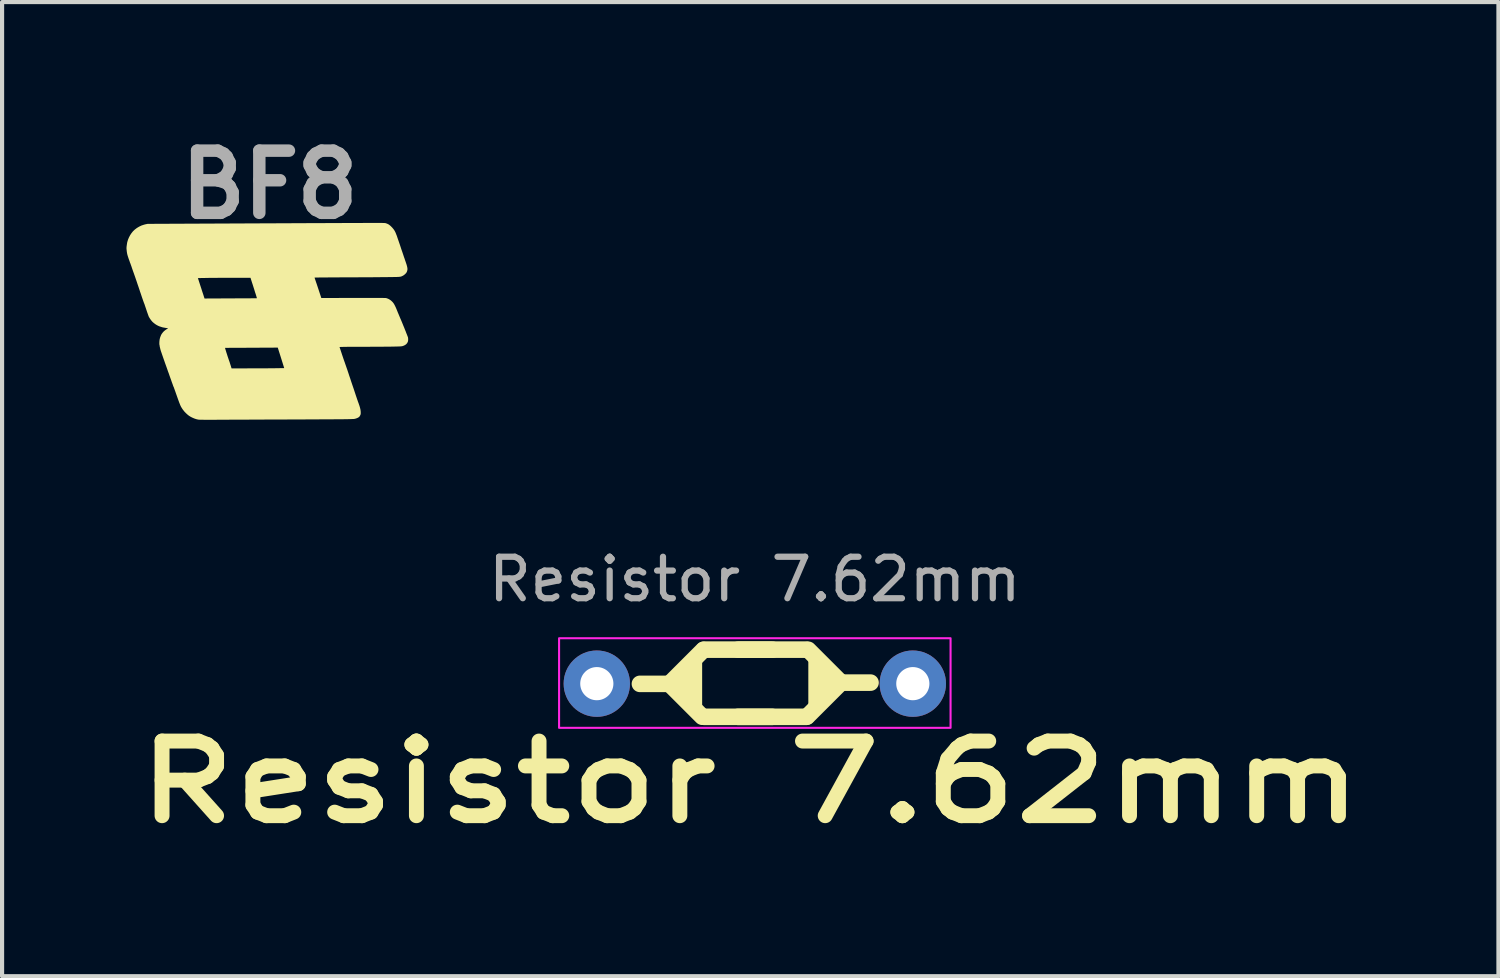
<source format=kicad_pcb>
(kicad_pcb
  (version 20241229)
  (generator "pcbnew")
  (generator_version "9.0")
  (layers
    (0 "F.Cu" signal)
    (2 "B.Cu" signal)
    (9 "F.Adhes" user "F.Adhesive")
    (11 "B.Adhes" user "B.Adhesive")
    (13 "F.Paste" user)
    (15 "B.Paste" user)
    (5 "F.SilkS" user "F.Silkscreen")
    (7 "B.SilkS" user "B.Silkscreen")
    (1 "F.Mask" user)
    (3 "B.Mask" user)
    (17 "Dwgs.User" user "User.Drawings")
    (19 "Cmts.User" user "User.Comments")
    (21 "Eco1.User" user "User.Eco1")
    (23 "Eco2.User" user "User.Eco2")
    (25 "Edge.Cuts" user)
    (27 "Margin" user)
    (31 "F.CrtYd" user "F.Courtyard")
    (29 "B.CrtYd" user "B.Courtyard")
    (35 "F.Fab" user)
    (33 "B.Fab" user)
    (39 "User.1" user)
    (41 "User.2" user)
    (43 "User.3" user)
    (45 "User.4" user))
  (footprint "BF8"
    (layer "F.Cu")
    (at 3.463 4.764)
    (property "Reference" "BF8" (at -0.01 -3.36 0) (layer "F.Fab") (effects (font (size 1.5 1.5) (thickness 0.3))))
    (attr board_only exclude_from_pos_files exclude_from_bom)
    (fp_poly (pts (xy 2.622 -2.439) (xy 2.633 -2.438) (xy 2.67 -2.438) (xy 2.701 -2.438) (xy 2.725 -2.437) (xy 2.744 -2.437) (xy 2.759 -2.436) (xy 2.77 -2.435) (xy 2.78 -2.434) (xy 2.787 -2.432) (xy 2.794 -2.43) (xy 2.802 -2.427) (xy 2.804 -2.427) (xy 2.833 -2.415) (xy 2.857 -2.403) (xy 2.879 -2.387) (xy 2.902 -2.368) (xy 2.91 -2.361) (xy 2.947 -2.323) (xy 2.977 -2.287) (xy 3.002 -2.25) (xy 3.022 -2.211) (xy 3.03 -2.192) (xy 3.036 -2.177) (xy 3.041 -2.163) (xy 3.045 -2.154) (xy 3.049 -2.145) (xy 3.051 -2.139) (xy 3.051 -2.139) (xy 3.053 -2.134) (xy 3.054 -2.131) (xy 3.056 -2.126) (xy 3.06 -2.115) (xy 3.066 -2.096) (xy 3.074 -2.072) (xy 3.084 -2.043) (xy 3.096 -2.009) (xy 3.109 -1.971) (xy 3.123 -1.93) (xy 3.138 -1.886) (xy 3.152 -1.843) (xy 3.168 -1.794) (xy 3.185 -1.746) (xy 3.201 -1.699) (xy 3.216 -1.654) (xy 3.23 -1.611) (xy 3.244 -1.573) (xy 3.255 -1.538) (xy 3.265 -1.51) (xy 3.273 -1.487) (xy 3.276 -1.477) (xy 3.29 -1.436) (xy 3.3 -1.4) (xy 3.307 -1.37) (xy 3.311 -1.344) (xy 3.312 -1.321) (xy 3.309 -1.299) (xy 3.304 -1.279) (xy 3.296 -1.257) (xy 3.293 -1.251) (xy 3.281 -1.232) (xy 3.263 -1.212) (xy 3.242 -1.193) (xy 3.218 -1.175) (xy 3.199 -1.164) (xy 3.188 -1.159) (xy 3.179 -1.155) (xy 3.171 -1.151) (xy 3.162 -1.147) (xy 3.152 -1.145) (xy 3.141 -1.142) (xy 3.129 -1.14) (xy 3.113 -1.139) (xy 3.095 -1.137) (xy 3.072 -1.136) (xy 3.046 -1.135) (xy 3.014 -1.135) (xy 2.977 -1.134) (xy 2.934 -1.133) (xy 2.884 -1.133) (xy 2.826 -1.132) (xy 2.811 -1.132) (xy 2.773 -1.132) (xy 2.727 -1.131) (xy 2.674 -1.131) (xy 2.615 -1.13) (xy 2.551 -1.13) (xy 2.482 -1.129) (xy 2.409 -1.129) (xy 2.332 -1.128) (xy 2.253 -1.128) (xy 2.172 -1.128) (xy 2.09 -1.127) (xy 2.007 -1.127) (xy 1.924 -1.127) (xy 1.841 -1.126) (xy 1.785 -1.126) (xy 1.689 -1.126) (xy 1.602 -1.125) (xy 1.521 -1.125) (xy 1.449 -1.125) (xy 1.383 -1.124) (xy 1.325 -1.124) (xy 1.273 -1.123) (xy 1.228 -1.123) (xy 1.189 -1.123) (xy 1.155 -1.122) (xy 1.128 -1.122) (xy 1.107 -1.121) (xy 1.09 -1.121) (xy 1.079 -1.12) (xy 1.073 -1.12) (xy 1.071 -1.119) (xy 1.073 -1.114) (xy 1.077 -1.103) (xy 1.083 -1.085) (xy 1.091 -1.061) (xy 1.101 -1.032) (xy 1.112 -0.999) (xy 1.125 -0.962) (xy 1.138 -0.922) (xy 1.152 -0.88) (xy 1.155 -0.871) (xy 1.235 -0.628) (xy 2.009 -0.63) (xy 2.102 -0.63) (xy 2.187 -0.63) (xy 2.265 -0.63) (xy 2.336 -0.63) (xy 2.4 -0.63) (xy 2.458 -0.63) (xy 2.51 -0.63) (xy 2.556 -0.63) (xy 2.597 -0.63) (xy 2.633 -0.63) (xy 2.664 -0.63) (xy 2.691 -0.63) (xy 2.715 -0.63) (xy 2.734 -0.629) (xy 2.751 -0.629) (xy 2.764 -0.629) (xy 2.775 -0.628) (xy 2.784 -0.628) (xy 2.791 -0.627) (xy 2.797 -0.626) (xy 2.801 -0.625) (xy 2.805 -0.625) (xy 2.808 -0.624) (xy 2.809 -0.623) (xy 2.846 -0.61) (xy 2.881 -0.591) (xy 2.915 -0.567) (xy 2.942 -0.542) (xy 2.96 -0.523) (xy 2.979 -0.498) (xy 2.997 -0.468) (xy 3.016 -0.431) (xy 3.036 -0.388) (xy 3.057 -0.337) (xy 3.06 -0.329) (xy 3.07 -0.305) (xy 3.079 -0.281) (xy 3.088 -0.261) (xy 3.095 -0.245) (xy 3.099 -0.235) (xy 3.104 -0.222) (xy 3.112 -0.204) (xy 3.12 -0.184) (xy 3.126 -0.17) (xy 3.133 -0.153) (xy 3.139 -0.138) (xy 3.144 -0.127) (xy 3.147 -0.123) (xy 3.149 -0.118) (xy 3.149 -0.118) (xy 3.148 -0.115) (xy 3.152 -0.109) (xy 3.155 -0.103) (xy 3.16 -0.09) (xy 3.168 -0.071) (xy 3.178 -0.048) (xy 3.189 -0.02) (xy 3.202 0.011) (xy 3.215 0.044) (xy 3.23 0.079) (xy 3.244 0.115) (xy 3.258 0.15) (xy 3.272 0.184) (xy 3.284 0.217) (xy 3.296 0.246) (xy 3.306 0.272) (xy 3.314 0.294) (xy 3.321 0.31) (xy 3.324 0.32) (xy 3.325 0.322) (xy 3.328 0.347) (xy 3.329 0.374) (xy 3.327 0.401) (xy 3.322 0.424) (xy 3.319 0.432) (xy 3.303 0.461) (xy 3.28 0.487) (xy 3.25 0.508) (xy 3.215 0.524) (xy 3.185 0.534) (xy 3.175 0.535) (xy 3.159 0.537) (xy 3.138 0.539) (xy 3.111 0.54) (xy 3.078 0.541) (xy 3.038 0.542) (xy 2.992 0.543) (xy 2.94 0.544) (xy 2.881 0.545) (xy 2.814 0.546) (xy 2.741 0.546) (xy 2.66 0.547) (xy 2.572 0.547) (xy 2.477 0.547) (xy 2.373 0.548) (xy 2.289 0.548) (xy 2.228 0.548) (xy 2.167 0.548) (xy 2.108 0.548) (xy 2.052 0.548) (xy 1.998 0.548) (xy 1.948 0.549) (xy 1.901 0.549) (xy 1.86 0.549) (xy 1.825 0.55) (xy 1.795 0.55) (xy 1.773 0.55) (xy 1.759 0.551) (xy 1.674 0.553) (xy 1.726 0.71) (xy 1.737 0.744) (xy 1.748 0.776) (xy 1.758 0.805) (xy 1.766 0.83) (xy 1.773 0.85) (xy 1.778 0.864) (xy 1.78 0.872) (xy 1.781 0.873) (xy 1.784 0.88) (xy 1.784 0.882) (xy 1.786 0.887) (xy 1.788 0.892) (xy 1.788 0.893) (xy 1.79 0.9) (xy 1.79 0.9) (xy 1.791 0.906) (xy 1.793 0.909) (xy 1.795 0.909) (xy 1.797 0.912) (xy 1.797 0.915) (xy 1.797 0.921) (xy 1.799 0.921) (xy 1.802 0.924) (xy 1.801 0.927) (xy 1.801 0.933) (xy 1.802 0.934) (xy 1.804 0.938) (xy 1.808 0.949) (xy 1.814 0.967) (xy 1.822 0.99) (xy 1.832 1.018) (xy 1.843 1.051) (xy 1.856 1.087) (xy 1.869 1.126) (xy 1.883 1.168) (xy 1.885 1.173) (xy 1.908 1.245) (xy 1.932 1.314) (xy 1.954 1.382) (xy 1.976 1.447) (xy 1.997 1.509) (xy 2.017 1.567) (xy 2.035 1.622) (xy 2.052 1.673) (xy 2.067 1.719) (xy 2.081 1.76) (xy 2.093 1.796) (xy 2.103 1.826) (xy 2.112 1.85) (xy 2.117 1.867) (xy 2.121 1.877) (xy 2.122 1.88) (xy 2.125 1.886) (xy 2.125 1.888) (xy 2.127 1.893) (xy 2.128 1.896) (xy 2.131 1.903) (xy 2.135 1.915) (xy 2.137 1.92) (xy 2.141 1.933) (xy 2.147 1.95) (xy 2.153 1.968) (xy 2.154 1.969) (xy 2.167 2.014) (xy 2.178 2.059) (xy 2.184 2.103) (xy 2.185 2.132) (xy 2.185 2.152) (xy 2.184 2.166) (xy 2.182 2.177) (xy 2.179 2.187) (xy 2.174 2.198) (xy 2.166 2.212) (xy 2.158 2.226) (xy 2.153 2.232) (xy 2.138 2.246) (xy 2.116 2.259) (xy 2.089 2.271) (xy 2.064 2.279) (xy 2.055 2.282) (xy 2.047 2.284) (xy 2.038 2.286) (xy 2.029 2.287) (xy 2.017 2.289) (xy 2.003 2.29) (xy 1.985 2.29) (xy 1.962 2.291) (xy 1.934 2.292) (xy 1.9 2.293) (xy 1.859 2.294) (xy 1.853 2.294) (xy 1.835 2.294) (xy 1.809 2.294) (xy 1.776 2.295) (xy 1.735 2.295) (xy 1.688 2.295) (xy 1.635 2.296) (xy 1.576 2.296) (xy 1.511 2.297) (xy 1.441 2.297) (xy 1.366 2.297) (xy 1.287 2.298) (xy 1.203 2.298) (xy 1.116 2.299) (xy 1.026 2.299) (xy 0.932 2.299) (xy 0.836 2.3) (xy 0.737 2.3) (xy 0.636 2.301) (xy 0.534 2.301) (xy 0.431 2.301) (xy 0.394 2.302) (xy 0.287 2.302) (xy 0.18 2.302) (xy 0.073 2.303) (xy -0.033 2.303) (xy -0.138 2.303) (xy -0.242 2.304) (xy -0.344 2.304) (xy -0.443 2.304) (xy -0.54 2.305) (xy -0.634 2.305) (xy -0.724 2.305) (xy -0.809 2.306) (xy -0.89 2.306) (xy -0.967 2.306) (xy -1.037 2.307) (xy -1.102 2.307) (xy -1.16 2.307) (xy -1.212 2.307) (xy -1.256 2.307) (xy -1.291 2.308) (xy -1.35 2.308) (xy -1.407 2.308) (xy -1.461 2.308) (xy -1.512 2.308) (xy -1.558 2.308) (xy -1.6 2.308) (xy -1.636 2.307) (xy -1.667 2.307) (xy -1.691 2.307) (xy -1.709 2.306) (xy -1.718 2.306) (xy -1.72 2.306) (xy -1.766 2.297) (xy -1.815 2.282) (xy -1.864 2.262) (xy -1.911 2.239) (xy -1.955 2.212) (xy -1.985 2.189) (xy -2.027 2.151) (xy -2.065 2.112) (xy -2.1 2.068) (xy -2.113 2.05) (xy -2.126 2.03) (xy -2.137 2.012) (xy -2.148 1.994) (xy -2.157 1.975) (xy -2.167 1.954) (xy -2.177 1.928) (xy -2.189 1.899) (xy -2.202 1.863) (xy -2.211 1.839) (xy -2.223 1.805) (xy -2.237 1.766) (xy -2.251 1.726) (xy -2.265 1.687) (xy -2.277 1.652) (xy -2.28 1.644) (xy -2.289 1.618) (xy -2.298 1.594) (xy -2.305 1.573) (xy -2.311 1.557) (xy -2.315 1.547) (xy -2.316 1.544) (xy -2.317 1.538) (xy -2.317 1.537) (xy -2.318 1.534) (xy -2.322 1.526) (xy -2.326 1.518) (xy -2.328 1.514) (xy -2.33 1.509) (xy -2.331 1.506) (xy -2.332 1.505) (xy -2.333 1.502) (xy -2.334 1.498) (xy -2.337 1.492) (xy -2.34 1.484) (xy -2.343 1.473) (xy -2.348 1.46) (xy -2.354 1.443) (xy -2.362 1.422) (xy -2.371 1.397) (xy -2.381 1.368) (xy -2.393 1.334) (xy -2.407 1.295) (xy -2.423 1.251) (xy -2.44 1.2) (xy -2.461 1.144) (xy -2.483 1.08) (xy -2.508 1.01) (xy -2.534 0.938) (xy -2.55 0.891) (xy -2.566 0.846) (xy -2.581 0.803) (xy -2.595 0.762) (xy -2.608 0.725) (xy -2.619 0.692) (xy -2.629 0.664) (xy -2.636 0.642) (xy -2.641 0.626) (xy -2.643 0.619) (xy -2.65 0.591) (xy -2.654 0.574) (xy -1.087 0.574) (xy -1.086 0.579) (xy -1.083 0.589) (xy -1.079 0.606) (xy -1.072 0.627) (xy -1.064 0.652) (xy -1.056 0.68) (xy -1.046 0.71) (xy -1.036 0.741) (xy -1.027 0.771) (xy -1.017 0.8) (xy -1.008 0.827) (xy -1 0.851) (xy -0.993 0.871) (xy -0.988 0.886) (xy -0.984 0.895) (xy -0.982 0.903) (xy -0.977 0.916) (xy -0.971 0.935) (xy -0.964 0.958) (xy -0.956 0.983) (xy -0.954 0.988) (xy -0.929 1.07) (xy -0.433 1.068) (xy -0.367 1.068) (xy -0.301 1.068) (xy -0.236 1.068) (xy -0.173 1.067) (xy -0.112 1.067) (xy -0.054 1.067) (xy 0.000208 1.066) (xy 0.05 1.066) (xy 0.095 1.066) (xy 0.134 1.065) (xy 0.167 1.065) (xy 0.193 1.065) (xy 0.202 1.064) (xy 0.34 1.062) (xy 0.263 0.815) (xy 0.185 0.568) (xy -0.45 0.571) (xy -0.522 0.571) (xy -0.591 0.572) (xy -0.657 0.572) (xy -0.72 0.572) (xy -0.78 0.572) (xy -0.835 0.573) (xy -0.887 0.573) (xy -0.933 0.573) (xy -0.974 0.573) (xy -1.01 0.574) (xy -1.039 0.574) (xy -1.062 0.574) (xy -1.078 0.574) (xy -1.086 0.574) (xy -1.087 0.574) (xy -2.654 0.574) (xy -2.656 0.566) (xy -2.661 0.544) (xy -2.664 0.527) (xy -2.665 0.515) (xy -2.665 0.511) (xy -2.666 0.507) (xy -2.667 0.505) (xy -2.669 0.5) (xy -2.67 0.489) (xy -2.671 0.471) (xy -2.671 0.455) (xy -2.669 0.413) (xy -2.664 0.372) (xy -2.655 0.334) (xy -2.644 0.301) (xy -2.642 0.298) (xy -2.636 0.284) (xy -2.632 0.272) (xy -2.631 0.266) (xy -2.631 0.266) (xy -2.628 0.26) (xy -2.626 0.26) (xy -2.623 0.257) (xy -2.622 0.254) (xy -2.62 0.246) (xy -2.617 0.243) (xy -2.613 0.237) (xy -2.605 0.226) (xy -2.596 0.214) (xy -2.596 0.214) (xy -2.577 0.19) (xy -2.552 0.166) (xy -2.523 0.143) (xy -2.493 0.123) (xy -2.477 0.114) (xy -2.467 0.109) (xy -2.461 0.105) (xy -2.461 0.104) (xy -2.465 0.102) (xy -2.476 0.1) (xy -2.492 0.097) (xy -2.512 0.094) (xy -2.527 0.092) (xy -2.551 0.087) (xy -2.574 0.083) (xy -2.594 0.079) (xy -2.609 0.075) (xy -2.614 0.073) (xy -2.632 0.067) (xy -2.651 0.061) (xy -2.659 0.059) (xy -2.689 0.047) (xy -2.723 0.03) (xy -2.757 0.01) (xy -2.79 -0.014) (xy -2.821 -0.039) (xy -2.84 -0.057) (xy -2.858 -0.078) (xy -2.877 -0.102) (xy -2.895 -0.128) (xy -2.912 -0.155) (xy -2.925 -0.178) (xy -2.928 -0.185) (xy -2.932 -0.195) (xy -2.938 -0.212) (xy -2.946 -0.234) (xy -2.955 -0.26) (xy -2.966 -0.29) (xy -2.976 -0.321) (xy -2.984 -0.344) (xy -2.994 -0.375) (xy -3.004 -0.404) (xy -3.013 -0.43) (xy -3.02 -0.451) (xy -3.025 -0.468) (xy -3.029 -0.478) (xy -3.03 -0.481) (xy -3.032 -0.488) (xy -3.032 -0.489) (xy -3.035 -0.494) (xy -3.036 -0.495) (xy -3.038 -0.499) (xy -3.042 -0.51) (xy -3.048 -0.528) (xy -3.057 -0.552) (xy -3.067 -0.581) (xy -3.079 -0.615) (xy -3.092 -0.653) (xy -3.106 -0.695) (xy -3.121 -0.74) (xy -3.138 -0.788) (xy -3.146 -0.814) (xy -3.163 -0.865) (xy -3.18 -0.915) (xy -3.197 -0.964) (xy -3.212 -1.01) (xy -3.227 -1.054) (xy -3.241 -1.093) (xy -3.245 -1.107) (xy -1.742 -1.107) (xy -1.738 -1.101) (xy -1.738 -1.099) (xy -1.738 -1.099) (xy -1.738 -1.098) (xy -1.737 -1.097) (xy -1.737 -1.095) (xy -1.735 -1.091) (xy -1.733 -1.084) (xy -1.73 -1.075) (xy -1.726 -1.062) (xy -1.72 -1.045) (xy -1.713 -1.022) (xy -1.704 -0.995) (xy -1.693 -0.961) (xy -1.68 -0.92) (xy -1.671 -0.893) (xy -1.658 -0.854) (xy -1.646 -0.815) (xy -1.634 -0.778) (xy -1.623 -0.745) (xy -1.613 -0.715) (xy -1.605 -0.69) (xy -1.599 -0.671) (xy -1.595 -0.658) (xy -1.595 -0.658) (xy -1.581 -0.616) (xy -0.95 -0.619) (xy -0.879 -0.619) (xy -0.81 -0.62) (xy -0.744 -0.62) (xy -0.681 -0.62) (xy -0.622 -0.621) (xy -0.566 -0.621) (xy -0.515 -0.621) (xy -0.469 -0.621) (xy -0.428 -0.622) (xy -0.393 -0.622) (xy -0.364 -0.622) (xy -0.342 -0.622) (xy -0.326 -0.623) (xy -0.319 -0.623) (xy -0.318 -0.623) (xy -0.318 -0.627) (xy -0.322 -0.638) (xy -0.327 -0.654) (xy -0.333 -0.676) (xy -0.341 -0.702) (xy -0.35 -0.731) (xy -0.358 -0.753) (xy -0.37 -0.792) (xy -0.383 -0.835) (xy -0.397 -0.879) (xy -0.411 -0.923) (xy -0.424 -0.964) (xy -0.436 -0.999) (xy -0.436 -1) (xy -0.473 -1.116) (xy -0.728 -1.116) (xy -0.803 -1.116) (xy -0.878 -1.116) (xy -0.953 -1.116) (xy -1.027 -1.116) (xy -1.099 -1.115) (xy -1.17 -1.115) (xy -1.239 -1.115) (xy -1.305 -1.114) (xy -1.368 -1.114) (xy -1.428 -1.113) (xy -1.484 -1.113) (xy -1.535 -1.112) (xy -1.582 -1.111) (xy -1.624 -1.111) (xy -1.66 -1.11) (xy -1.69 -1.109) (xy -1.714 -1.109) (xy -1.731 -1.108) (xy -1.74 -1.107) (xy -1.742 -1.107) (xy -3.245 -1.107) (xy -3.253 -1.129) (xy -3.263 -1.159) (xy -3.272 -1.183) (xy -3.278 -1.2) (xy -3.279 -1.204) (xy -3.288 -1.229) (xy -3.299 -1.259) (xy -3.311 -1.293) (xy -3.323 -1.328) (xy -3.335 -1.363) (xy -3.341 -1.382) (xy -3.351 -1.41) (xy -3.36 -1.435) (xy -3.368 -1.458) (xy -3.375 -1.475) (xy -3.38 -1.487) (xy -3.382 -1.493) (xy -3.382 -1.493) (xy -3.384 -1.497) (xy -3.384 -1.498) (xy -3.383 -1.5) (xy -3.386 -1.504) (xy -3.388 -1.509) (xy -3.388 -1.51) (xy -3.387 -1.513) (xy -3.388 -1.515) (xy -3.391 -1.521) (xy -3.396 -1.534) (xy -3.402 -1.551) (xy -3.41 -1.572) (xy -3.417 -1.594) (xy -3.425 -1.618) (xy -3.432 -1.64) (xy -3.438 -1.66) (xy -3.44 -1.667) (xy -3.446 -1.691) (xy -3.451 -1.719) (xy -3.456 -1.751) (xy -3.459 -1.782) (xy -3.462 -1.81) (xy -3.463 -1.831) (xy -3.462 -1.85) (xy -3.46 -1.874) (xy -3.456 -1.902) (xy -3.452 -1.93) (xy -3.448 -1.957) (xy -3.443 -1.98) (xy -3.442 -1.983) (xy -3.426 -2.036) (xy -3.403 -2.09) (xy -3.375 -2.143) (xy -3.346 -2.187) (xy -3.308 -2.235) (xy -3.263 -2.278) (xy -3.213 -2.316) (xy -3.158 -2.349) (xy -3.099 -2.377) (xy -3.038 -2.397) (xy -3.002 -2.406) (xy -2.953 -2.416) (xy -0.231 -2.428) (xy -0.082 -2.429) (xy 0.066 -2.429) (xy 0.212 -2.43) (xy 0.356 -2.43) (xy 0.497 -2.431) (xy 0.636 -2.432) (xy 0.773 -2.432) (xy 0.906 -2.433) (xy 1.036 -2.433) (xy 1.163 -2.434) (xy 1.286 -2.434) (xy 1.405 -2.435) (xy 1.52 -2.435) (xy 1.631 -2.435) (xy 1.737 -2.436) (xy 1.839 -2.436) (xy 1.935 -2.437) (xy 2.027 -2.437) (xy 2.112 -2.437) (xy 2.193 -2.437) (xy 2.267 -2.438) (xy 2.335 -2.438) (xy 2.397 -2.438) (xy 2.452 -2.438) (xy 2.501 -2.438) (xy 2.542 -2.438) (xy 2.576 -2.439) (xy 2.603 -2.439)) (stroke (width 0) (type solid)) (fill yes) (layer "F.SilkS")))
  (footprint "Resistor 7.62mm"
    (layer "F.Cu")
    (at 11.341 13.435)
    (property "Reference" "Resistor 7.62mm" (at 3.7 2.37 0) (layer "F.SilkS") (effects (font (size 1.8 2.3) (thickness 0.36) (bold yes))))
    (attr through_hole)
    (fp_line (start 1.04 0.005) (end 1.75 0.005) (stroke (width 0.4) (type default)) (layer "F.SilkS"))
    (fp_line (start 1.75 0.005) (end 2.542 0.797) (stroke (width 0.4) (type default)) (layer "F.SilkS"))
    (fp_line (start 1.75 0.005) (end 2.568 -0.813) (stroke (width 0.4) (type default)) (layer "F.SilkS"))
    (fp_line (start 2.585 -0.82) (end 4.235 -0.82) (stroke (width 0.4) (type default)) (layer "F.SilkS"))
    (fp_line (start 2.59 0.8) (end 4.23 0.8) (stroke (width 0.4) (type default)) (layer "F.SilkS"))
    (fp_line (start 5.05 -0.82) (end 3.41 -0.82) (stroke (width 0.4) (type default)) (layer "F.SilkS"))
    (fp_line (start 5.055 0.8) (end 3.405 0.8) (stroke (width 0.4) (type default)) (layer "F.SilkS"))
    (fp_line (start 5.89 -0.025) (end 5.072 0.793) (stroke (width 0.4) (type default)) (layer "F.SilkS"))
    (fp_line (start 5.89 -0.025) (end 5.098 -0.817) (stroke (width 0.4) (type default)) (layer "F.SilkS"))
    (fp_line (start 6.6 -0.025) (end 5.89 -0.025) (stroke (width 0.4) (type default)) (layer "F.SilkS"))
    (fp_poly (pts (xy 1.75 0.005) (xy 2.39 -0.635) (xy 2.39 0.645)) (stroke (width 0.3) (type solid)) (fill yes) (layer "F.SilkS"))
    (fp_poly (pts (xy 5.89 -0.025) (xy 5.25 0.615) (xy 5.25 -0.665)) (stroke (width 0.3) (type solid)) (fill yes) (layer "F.SilkS"))
    (fp_rect (start -0.91 -1.095) (end 8.53 1.065) (stroke (width 0.05) (type default)) (fill no) (layer "F.CrtYd"))
    (fp_text user "${REFERENCE}" (at 3.81 -2.515 0) (layer "F.Fab") (effects (font (size 1 1) (thickness 0.15))))
    (pad "1" thru_hole circle (at 0 0) (size 1.6 1.6) (drill 0.8) (layers "*.Cu" "*.Mask"))
    (pad "2" thru_hole oval (at 7.62 0) (size 1.6 1.6) (drill 0.8) (layers "*.Cu" "*.Mask")))
  (gr_rect
    (start -3 -3)
    (end 33.082 20.49)
    (stroke (width 0.1) (type default))
    (fill no)
    (layer "Edge.Cuts")))
</source>
